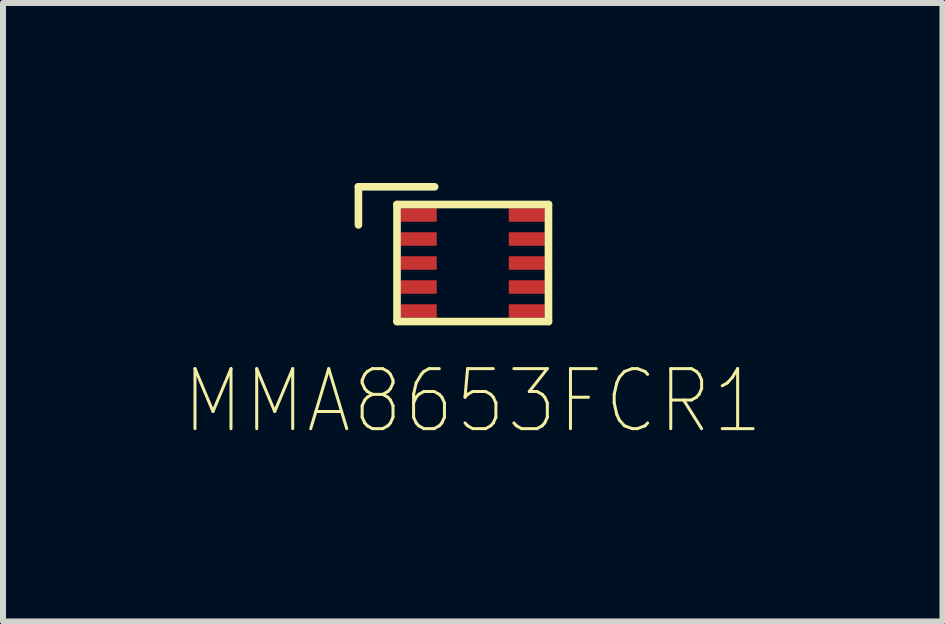
<source format=kicad_pcb>
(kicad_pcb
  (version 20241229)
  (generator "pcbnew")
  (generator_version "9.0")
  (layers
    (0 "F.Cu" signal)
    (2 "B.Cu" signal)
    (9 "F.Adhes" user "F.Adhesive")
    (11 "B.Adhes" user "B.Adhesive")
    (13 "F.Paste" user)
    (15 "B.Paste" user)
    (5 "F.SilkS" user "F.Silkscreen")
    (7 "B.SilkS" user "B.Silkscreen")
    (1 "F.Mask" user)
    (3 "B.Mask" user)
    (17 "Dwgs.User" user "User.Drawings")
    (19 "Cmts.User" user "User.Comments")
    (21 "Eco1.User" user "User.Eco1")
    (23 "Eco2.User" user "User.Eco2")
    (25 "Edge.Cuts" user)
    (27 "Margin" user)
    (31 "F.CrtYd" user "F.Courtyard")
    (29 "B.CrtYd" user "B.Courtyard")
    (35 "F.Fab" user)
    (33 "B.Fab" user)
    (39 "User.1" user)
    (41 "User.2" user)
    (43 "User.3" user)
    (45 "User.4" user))
  (footprint "MMA8653FCR1"
    (layer "F.Cu")
    (at 4.828 1.333)
    (property "Reference" "MMA8653FCR1" (at 0 2.3 0) (layer "F.SilkS") (effects (font (size 1 0.9) (thickness 0.05))))
    (attr smd)
    (fp_line (start -1.905 -1.27) (end -1.905 -0.635) (stroke (width 0.127) (type solid)) (layer "F.SilkS"))
    (fp_line (start -1.262 -0.975) (end 1.262 -0.975) (stroke (width 0.127) (type solid)) (layer "F.SilkS"))
    (fp_line (start -1.262 0.975) (end -1.262 -0.975) (stroke (width 0.127) (type solid)) (layer "F.SilkS"))
    (fp_line (start -0.635 -1.27) (end -1.905 -1.27) (stroke (width 0.127) (type solid)) (layer "F.SilkS"))
    (fp_line (start 1.262 -0.975) (end 1.262 0.975) (stroke (width 0.127) (type solid)) (layer "F.SilkS"))
    (fp_line (start 1.262 0.975) (end -1.262 0.975) (stroke (width 0.127) (type solid)) (layer "F.SilkS"))
    (pad "1" smd rect (at -0.9 -0.8) (size 0.6 0.225) (layers "F.Cu" "F.Mask" "F.Paste"))
    (pad "2" smd rect (at -0.9 -0.4) (size 0.6 0.225) (layers "F.Cu" "F.Mask" "F.Paste"))
    (pad "3" smd rect (at -0.9 0) (size 0.6 0.225) (layers "F.Cu" "F.Mask" "F.Paste"))
    (pad "4" smd rect (at -0.9 0.4) (size 0.6 0.225) (layers "F.Cu" "F.Mask" "F.Paste"))
    (pad "5" smd rect (at -0.9 0.8) (size 0.6 0.225) (layers "F.Cu" "F.Mask" "F.Paste"))
    (pad "6" smd rect (at 0.9 0.8) (size 0.6 0.225) (layers "F.Cu" "F.Mask" "F.Paste"))
    (pad "7" smd rect (at 0.9 0.4) (size 0.6 0.225) (layers "F.Cu" "F.Mask" "F.Paste"))
    (pad "8" smd rect (at 0.9 0) (size 0.6 0.225) (layers "F.Cu" "F.Mask" "F.Paste"))
    (pad "9" smd rect (at 0.9 -0.4) (size 0.6 0.225) (layers "F.Cu" "F.Mask" "F.Paste"))
    (pad "10" smd rect (at 0.9 -0.8) (size 0.6 0.225) (layers "F.Cu" "F.Mask" "F.Paste")))
  (gr_rect
    (start -3 -3)
    (end 12.656 7.306)
    (stroke (width 0.1) (type default))
    (fill no)
    (layer "Edge.Cuts")))
</source>
